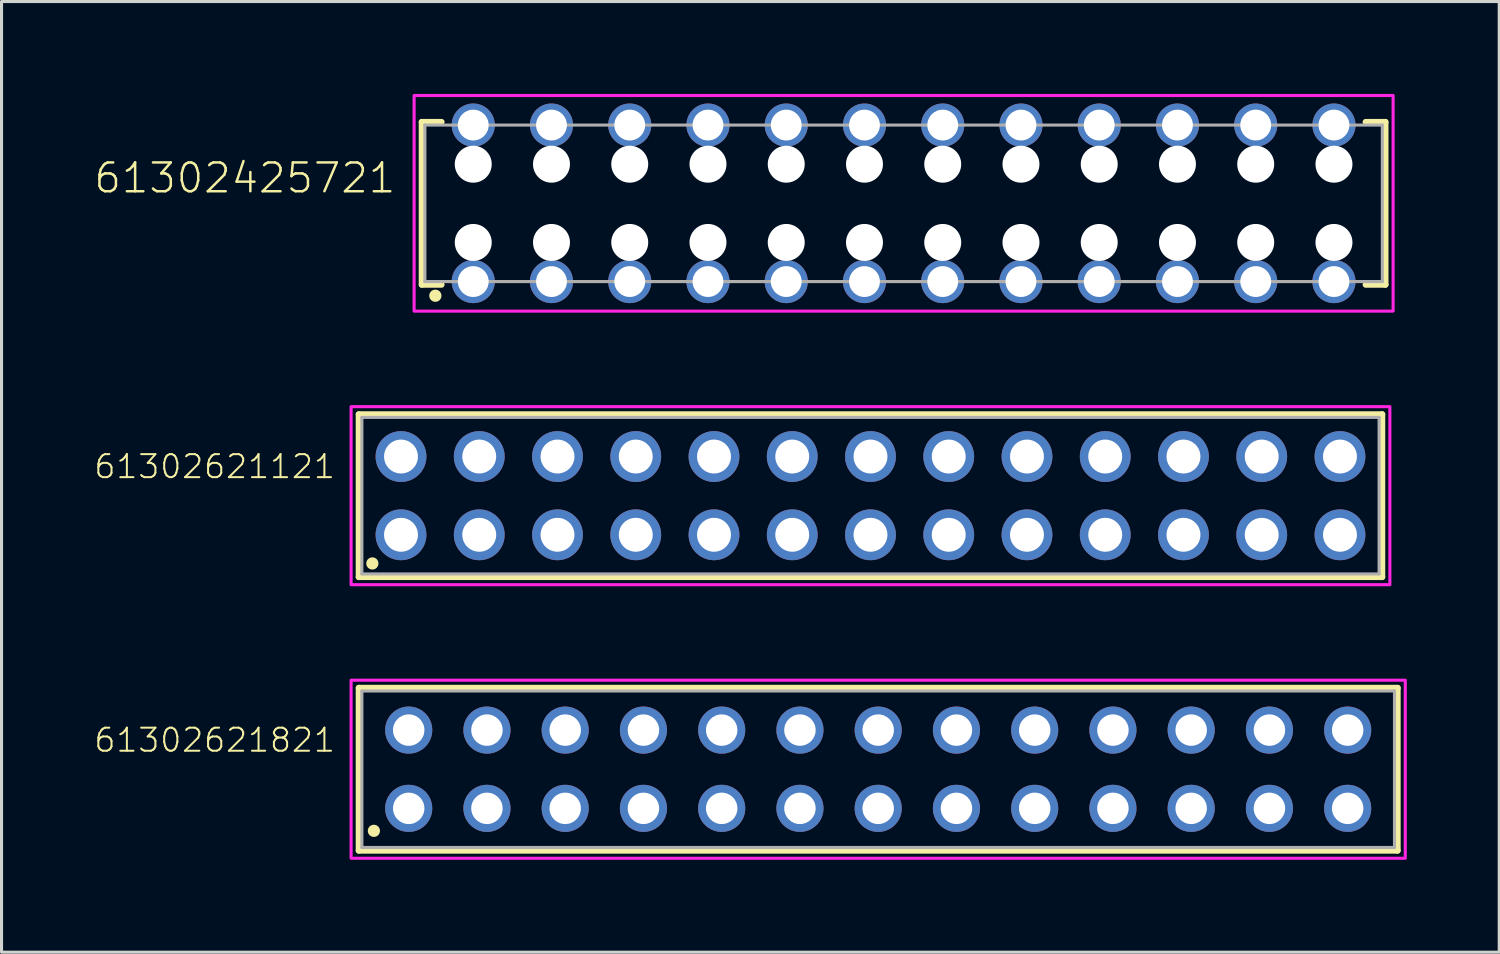
<source format=kicad_pcb>
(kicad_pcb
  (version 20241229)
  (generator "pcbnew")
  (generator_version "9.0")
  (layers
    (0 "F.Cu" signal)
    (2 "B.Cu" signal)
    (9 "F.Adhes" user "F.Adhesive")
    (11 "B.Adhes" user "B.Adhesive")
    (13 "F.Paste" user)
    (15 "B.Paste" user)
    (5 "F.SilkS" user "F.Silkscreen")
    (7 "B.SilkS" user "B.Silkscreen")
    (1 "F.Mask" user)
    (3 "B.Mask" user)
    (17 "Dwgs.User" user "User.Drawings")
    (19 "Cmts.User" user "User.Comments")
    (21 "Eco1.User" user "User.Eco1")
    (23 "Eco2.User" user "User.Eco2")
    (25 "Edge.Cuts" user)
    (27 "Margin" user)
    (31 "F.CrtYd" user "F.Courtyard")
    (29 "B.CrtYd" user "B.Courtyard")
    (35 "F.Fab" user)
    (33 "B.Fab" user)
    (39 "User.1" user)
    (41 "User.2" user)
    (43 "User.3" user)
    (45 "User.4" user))
  (footprint "61302621821"
    (layer "F.Cu")
    (at 25.457 21.92)
    (property "Reference" "61302621821" (at -17.578 -0.506 0) (unlocked yes) (layer "F.SilkS") (effects (font (size 0.748 0.748) (thickness 0.065)) (justify right bottom)))
    (fp_line (start -16.86 -2.64) (end 16.86 -2.64) (stroke (width 0.2) (type solid)) (layer "F.SilkS"))
    (fp_line (start -16.86 2.64) (end -16.86 -2.64) (stroke (width 0.2) (type solid)) (layer "F.SilkS"))
    (fp_line (start 16.86 -2.64) (end 16.86 2.64) (stroke (width 0.2) (type solid)) (layer "F.SilkS"))
    (fp_line (start 16.86 2.64) (end -16.86 2.64) (stroke (width 0.2) (type solid)) (layer "F.SilkS"))
    (fp_circle (center -16.37 2) (end -16.27 2) (stroke (width 0.2) (type solid)) (fill no) (layer "F.SilkS"))
    (fp_poly (pts (xy 17.11 2.89) (xy -17.11 2.89) (xy -17.11 -2.89) (xy 17.11 -2.89)) (stroke (width 0.1) (type default)) (fill no) (layer "F.CrtYd"))
    (fp_line (start -16.76 -2.54) (end -16.76 2.54) (stroke (width 0.1) (type solid)) (layer "F.Fab"))
    (fp_line (start -16.76 2.54) (end 16.76 2.54) (stroke (width 0.1) (type solid)) (layer "F.Fab"))
    (fp_line (start 16.76 -2.54) (end -16.76 -2.54) (stroke (width 0.1) (type solid)) (layer "F.Fab"))
    (fp_line (start 16.76 2.54) (end 16.76 -2.54) (stroke (width 0.1) (type solid)) (layer "F.Fab"))
    (pad "1" thru_hole circle (at -15.24 1.27) (size 1.53 1.53) (drill 1.02) (layers "*.Cu" "*.Mask"))
    (pad "2" thru_hole circle (at -15.24 -1.27) (size 1.53 1.53) (drill 1.02) (layers "*.Cu" "*.Mask"))
    (pad "3" thru_hole circle (at -12.7 1.27) (size 1.53 1.53) (drill 1.02) (layers "*.Cu" "*.Mask"))
    (pad "4" thru_hole circle (at -12.7 -1.27) (size 1.53 1.53) (drill 1.02) (layers "*.Cu" "*.Mask"))
    (pad "5" thru_hole circle (at -10.16 1.27) (size 1.53 1.53) (drill 1.02) (layers "*.Cu" "*.Mask"))
    (pad "6" thru_hole circle (at -10.16 -1.27) (size 1.53 1.53) (drill 1.02) (layers "*.Cu" "*.Mask"))
    (pad "7" thru_hole circle (at -7.62 1.27) (size 1.53 1.53) (drill 1.02) (layers "*.Cu" "*.Mask"))
    (pad "8" thru_hole circle (at -7.62 -1.27) (size 1.53 1.53) (drill 1.02) (layers "*.Cu" "*.Mask"))
    (pad "9" thru_hole circle (at -5.08 1.27) (size 1.53 1.53) (drill 1.02) (layers "*.Cu" "*.Mask"))
    (pad "10" thru_hole circle (at -5.08 -1.27) (size 1.53 1.53) (drill 1.02) (layers "*.Cu" "*.Mask"))
    (pad "11" thru_hole circle (at -2.54 1.27) (size 1.53 1.53) (drill 1.02) (layers "*.Cu" "*.Mask"))
    (pad "12" thru_hole circle (at -2.54 -1.27) (size 1.53 1.53) (drill 1.02) (layers "*.Cu" "*.Mask"))
    (pad "13" thru_hole circle (at 0 1.27) (size 1.53 1.53) (drill 1.02) (layers "*.Cu" "*.Mask"))
    (pad "14" thru_hole circle (at 0 -1.27) (size 1.53 1.53) (drill 1.02) (layers "*.Cu" "*.Mask"))
    (pad "15" thru_hole circle (at 2.54 1.27) (size 1.53 1.53) (drill 1.02) (layers "*.Cu" "*.Mask"))
    (pad "16" thru_hole circle (at 2.54 -1.27) (size 1.53 1.53) (drill 1.02) (layers "*.Cu" "*.Mask"))
    (pad "17" thru_hole circle (at 5.08 1.27) (size 1.53 1.53) (drill 1.02) (layers "*.Cu" "*.Mask"))
    (pad "18" thru_hole circle (at 5.08 -1.27) (size 1.53 1.53) (drill 1.02) (layers "*.Cu" "*.Mask"))
    (pad "19" thru_hole circle (at 7.62 1.27) (size 1.53 1.53) (drill 1.02) (layers "*.Cu" "*.Mask"))
    (pad "20" thru_hole circle (at 7.62 -1.27) (size 1.53 1.53) (drill 1.02) (layers "*.Cu" "*.Mask"))
    (pad "21" thru_hole circle (at 10.16 1.27) (size 1.53 1.53) (drill 1.02) (layers "*.Cu" "*.Mask"))
    (pad "22" thru_hole circle (at 10.16 -1.27) (size 1.53 1.53) (drill 1.02) (layers "*.Cu" "*.Mask"))
    (pad "23" thru_hole circle (at 12.7 1.27) (size 1.53 1.53) (drill 1.02) (layers "*.Cu" "*.Mask"))
    (pad "24" thru_hole circle (at 12.7 -1.27) (size 1.53 1.53) (drill 1.02) (layers "*.Cu" "*.Mask"))
    (pad "25" thru_hole circle (at 15.24 1.27) (size 1.53 1.53) (drill 1.02) (layers "*.Cu" "*.Mask"))
    (pad "26" thru_hole circle (at 15.24 -1.27) (size 1.53 1.53) (drill 1.02) (layers "*.Cu" "*.Mask")))
  (footprint "61302621121"
    (layer "F.Cu")
    (at 25.207 13.04)
    (property "Reference" "61302621121" (at -17.328 -0.506 0) (unlocked yes) (layer "F.SilkS") (effects (font (size 0.748 0.748) (thickness 0.065)) (justify right bottom)))
    (fp_line (start -16.61 -2.64) (end 16.61 -2.64) (stroke (width 0.2) (type solid)) (layer "F.SilkS"))
    (fp_line (start -16.61 2.64) (end -16.61 -2.64) (stroke (width 0.2) (type solid)) (layer "F.SilkS"))
    (fp_line (start 16.61 -2.64) (end 16.61 2.64) (stroke (width 0.2) (type solid)) (layer "F.SilkS"))
    (fp_line (start 16.61 2.64) (end -16.61 2.64) (stroke (width 0.2) (type solid)) (layer "F.SilkS"))
    (fp_circle (center -16.17 2.2) (end -16.07 2.2) (stroke (width 0.2) (type solid)) (fill no) (layer "F.SilkS"))
    (fp_poly (pts (xy 16.86 2.89) (xy -16.86 2.89) (xy -16.86 -2.89) (xy 16.86 -2.89)) (stroke (width 0.1) (type default)) (fill no) (layer "F.CrtYd"))
    (fp_line (start -16.51 -2.54) (end 16.51 -2.54) (stroke (width 0.1) (type solid)) (layer "F.Fab"))
    (fp_line (start -16.51 2.54) (end -16.51 -2.54) (stroke (width 0.1) (type solid)) (layer "F.Fab"))
    (fp_line (start 16.51 -2.54) (end 16.51 2.54) (stroke (width 0.1) (type solid)) (layer "F.Fab"))
    (fp_line (start 16.51 2.54) (end -16.51 2.54) (stroke (width 0.1) (type solid)) (layer "F.Fab"))
    (pad "1" thru_hole circle (at -15.24 1.27 90) (size 1.65 1.65) (drill 1.1) (layers "*.Cu" "*.Mask"))
    (pad "2" thru_hole circle (at -15.24 -1.27 270) (size 1.65 1.65) (drill 1.1) (layers "*.Cu" "*.Mask"))
    (pad "3" thru_hole circle (at -12.7 1.27 90) (size 1.65 1.65) (drill 1.1) (layers "*.Cu" "*.Mask"))
    (pad "4" thru_hole circle (at -12.7 -1.27 270) (size 1.65 1.65) (drill 1.1) (layers "*.Cu" "*.Mask"))
    (pad "5" thru_hole circle (at -10.16 1.27 90) (size 1.65 1.65) (drill 1.1) (layers "*.Cu" "*.Mask"))
    (pad "6" thru_hole circle (at -10.16 -1.27 270) (size 1.65 1.65) (drill 1.1) (layers "*.Cu" "*.Mask"))
    (pad "7" thru_hole circle (at -7.62 1.27 90) (size 1.65 1.65) (drill 1.1) (layers "*.Cu" "*.Mask"))
    (pad "8" thru_hole circle (at -7.62 -1.27 270) (size 1.65 1.65) (drill 1.1) (layers "*.Cu" "*.Mask"))
    (pad "9" thru_hole circle (at -5.08 1.27 90) (size 1.65 1.65) (drill 1.1) (layers "*.Cu" "*.Mask"))
    (pad "10" thru_hole circle (at -5.08 -1.27 270) (size 1.65 1.65) (drill 1.1) (layers "*.Cu" "*.Mask"))
    (pad "11" thru_hole circle (at -2.54 1.27 90) (size 1.65 1.65) (drill 1.1) (layers "*.Cu" "*.Mask"))
    (pad "12" thru_hole circle (at -2.54 -1.27 270) (size 1.65 1.65) (drill 1.1) (layers "*.Cu" "*.Mask"))
    (pad "13" thru_hole circle (at 0 1.27 90) (size 1.65 1.65) (drill 1.1) (layers "*.Cu" "*.Mask"))
    (pad "14" thru_hole circle (at 0 -1.27 270) (size 1.65 1.65) (drill 1.1) (layers "*.Cu" "*.Mask"))
    (pad "15" thru_hole circle (at 2.54 1.27 90) (size 1.65 1.65) (drill 1.1) (layers "*.Cu" "*.Mask"))
    (pad "16" thru_hole circle (at 2.54 -1.27 270) (size 1.65 1.65) (drill 1.1) (layers "*.Cu" "*.Mask"))
    (pad "17" thru_hole circle (at 5.08 1.27 90) (size 1.65 1.65) (drill 1.1) (layers "*.Cu" "*.Mask"))
    (pad "18" thru_hole circle (at 5.08 -1.27 270) (size 1.65 1.65) (drill 1.1) (layers "*.Cu" "*.Mask"))
    (pad "19" thru_hole circle (at 7.62 1.27 90) (size 1.65 1.65) (drill 1.1) (layers "*.Cu" "*.Mask"))
    (pad "20" thru_hole circle (at 7.62 -1.27 270) (size 1.65 1.65) (drill 1.1) (layers "*.Cu" "*.Mask"))
    (pad "21" thru_hole circle (at 10.16 1.27 90) (size 1.65 1.65) (drill 1.1) (layers "*.Cu" "*.Mask"))
    (pad "22" thru_hole circle (at 10.16 -1.27 270) (size 1.65 1.65) (drill 1.1) (layers "*.Cu" "*.Mask"))
    (pad "23" thru_hole circle (at 12.7 1.27 90) (size 1.65 1.65) (drill 1.1) (layers "*.Cu" "*.Mask"))
    (pad "24" thru_hole circle (at 12.7 -1.27 270) (size 1.65 1.65) (drill 1.1) (layers "*.Cu" "*.Mask"))
    (pad "25" thru_hole circle (at 15.24 1.27 90) (size 1.65 1.65) (drill 1.1) (layers "*.Cu" "*.Mask"))
    (pad "26" thru_hole circle (at 15.24 -1.27 270) (size 1.65 1.65) (drill 1.1) (layers "*.Cu" "*.Mask")))
  (footprint "61302425721"
    (layer "F.Cu")
    (at 26.282 3.55)
    (property "Reference" "61302425721" (at -16.433 -0.274 0) (unlocked yes) (layer "F.SilkS") (effects (font (size 0.935 0.935) (thickness 0.081)) (justify right bottom)))
    (fp_line (start -15.64 -2.64) (end -15.64 2.64) (stroke (width 0.2) (type solid)) (layer "F.SilkS"))
    (fp_line (start -15.64 2.64) (end -15 2.64) (stroke (width 0.2) (type solid)) (layer "F.SilkS"))
    (fp_line (start -15 -2.64) (end -15.64 -2.64) (stroke (width 0.2) (type solid)) (layer "F.SilkS"))
    (fp_line (start 15 2.64) (end 15.64 2.64) (stroke (width 0.2) (type solid)) (layer "F.SilkS"))
    (fp_line (start 15.64 -2.64) (end 15 -2.64) (stroke (width 0.2) (type solid)) (layer "F.SilkS"))
    (fp_line (start 15.64 2.64) (end 15.64 -2.64) (stroke (width 0.2) (type solid)) (layer "F.SilkS"))
    (fp_circle (center -15.2 3) (end -15.1 3) (stroke (width 0.2) (type solid)) (fill no) (layer "F.SilkS"))
    (fp_poly (pts (xy 15.89 3.5) (xy -15.89 3.5) (xy -15.89 -3.5) (xy 15.89 -3.5)) (stroke (width 0.1) (type default)) (fill no) (layer "F.CrtYd"))
    (fp_line (start -15.54 -2.54) (end 15.54 -2.54) (stroke (width 0.1) (type solid)) (layer "F.Fab"))
    (fp_line (start -15.54 2.54) (end -15.54 -2.54) (stroke (width 0.1) (type solid)) (layer "F.Fab"))
    (fp_line (start 15.54 -2.54) (end 15.54 2.54) (stroke (width 0.1) (type solid)) (layer "F.Fab"))
    (fp_line (start 15.54 2.54) (end -15.54 2.54) (stroke (width 0.1) (type solid)) (layer "F.Fab"))
    (pad "" np_thru_hole circle (at -13.97 -1.27) (size 1.2 1.2) (drill 1.2) (layers "*.Cu" "*.Mask"))
    (pad "" np_thru_hole circle (at -13.97 1.27) (size 1.2 1.2) (drill 1.2) (layers "*.Cu" "*.Mask"))
    (pad "" np_thru_hole circle (at -11.43 -1.27) (size 1.2 1.2) (drill 1.2) (layers "*.Cu" "*.Mask"))
    (pad "" np_thru_hole circle (at -11.43 1.27) (size 1.2 1.2) (drill 1.2) (layers "*.Cu" "*.Mask"))
    (pad "" np_thru_hole circle (at -8.89 -1.27) (size 1.2 1.2) (drill 1.2) (layers "*.Cu" "*.Mask"))
    (pad "" np_thru_hole circle (at -8.89 1.27) (size 1.2 1.2) (drill 1.2) (layers "*.Cu" "*.Mask"))
    (pad "" np_thru_hole circle (at -6.35 -1.27) (size 1.2 1.2) (drill 1.2) (layers "*.Cu" "*.Mask"))
    (pad "" np_thru_hole circle (at -6.35 1.27) (size 1.2 1.2) (drill 1.2) (layers "*.Cu" "*.Mask"))
    (pad "" np_thru_hole circle (at -3.81 -1.27) (size 1.2 1.2) (drill 1.2) (layers "*.Cu" "*.Mask"))
    (pad "" np_thru_hole circle (at -3.81 1.27) (size 1.2 1.2) (drill 1.2) (layers "*.Cu" "*.Mask"))
    (pad "" np_thru_hole circle (at -1.27 -1.27) (size 1.2 1.2) (drill 1.2) (layers "*.Cu" "*.Mask"))
    (pad "" np_thru_hole circle (at -1.27 1.27) (size 1.2 1.2) (drill 1.2) (layers "*.Cu" "*.Mask"))
    (pad "" np_thru_hole circle (at 1.27 -1.27) (size 1.2 1.2) (drill 1.2) (layers "*.Cu" "*.Mask"))
    (pad "" np_thru_hole circle (at 1.27 1.27) (size 1.2 1.2) (drill 1.2) (layers "*.Cu" "*.Mask"))
    (pad "" np_thru_hole circle (at 3.81 -1.27) (size 1.2 1.2) (drill 1.2) (layers "*.Cu" "*.Mask"))
    (pad "" np_thru_hole circle (at 3.81 1.27) (size 1.2 1.2) (drill 1.2) (layers "*.Cu" "*.Mask"))
    (pad "" np_thru_hole circle (at 6.35 -1.27) (size 1.2 1.2) (drill 1.2) (layers "*.Cu" "*.Mask"))
    (pad "" np_thru_hole circle (at 6.35 1.27) (size 1.2 1.2) (drill 1.2) (layers "*.Cu" "*.Mask"))
    (pad "" np_thru_hole circle (at 8.89 -1.27) (size 1.2 1.2) (drill 1.2) (layers "*.Cu" "*.Mask"))
    (pad "" np_thru_hole circle (at 8.89 1.27) (size 1.2 1.2) (drill 1.2) (layers "*.Cu" "*.Mask"))
    (pad "" np_thru_hole circle (at 11.43 -1.27) (size 1.2 1.2) (drill 1.2) (layers "*.Cu" "*.Mask"))
    (pad "" np_thru_hole circle (at 11.43 1.27) (size 1.2 1.2) (drill 1.2) (layers "*.Cu" "*.Mask"))
    (pad "" np_thru_hole circle (at 13.97 -1.27) (size 1.2 1.2) (drill 1.2) (layers "*.Cu" "*.Mask"))
    (pad "" np_thru_hole circle (at 13.97 1.27) (size 1.2 1.2) (drill 1.2) (layers "*.Cu" "*.Mask"))
    (pad "1" thru_hole circle (at -13.97 2.54) (size 1.4 1.4) (drill 1) (layers "*.Cu" "*.Mask"))
    (pad "2" thru_hole circle (at -13.97 -2.54) (size 1.4 1.4) (drill 1) (layers "*.Cu" "*.Mask"))
    (pad "3" thru_hole circle (at -11.43 2.54) (size 1.4 1.4) (drill 1) (layers "*.Cu" "*.Mask"))
    (pad "4" thru_hole circle (at -11.43 -2.54) (size 1.4 1.4) (drill 1) (layers "*.Cu" "*.Mask"))
    (pad "5" thru_hole circle (at -8.89 2.54) (size 1.4 1.4) (drill 1) (layers "*.Cu" "*.Mask"))
    (pad "6" thru_hole circle (at -8.89 -2.54) (size 1.4 1.4) (drill 1) (layers "*.Cu" "*.Mask"))
    (pad "7" thru_hole circle (at -6.35 2.54) (size 1.4 1.4) (drill 1) (layers "*.Cu" "*.Mask"))
    (pad "8" thru_hole circle (at -6.35 -2.54) (size 1.4 1.4) (drill 1) (layers "*.Cu" "*.Mask"))
    (pad "9" thru_hole circle (at -3.81 2.54) (size 1.4 1.4) (drill 1) (layers "*.Cu" "*.Mask"))
    (pad "10" thru_hole circle (at -3.81 -2.54) (size 1.4 1.4) (drill 1) (layers "*.Cu" "*.Mask"))
    (pad "11" thru_hole circle (at -1.27 2.54) (size 1.4 1.4) (drill 1) (layers "*.Cu" "*.Mask"))
    (pad "12" thru_hole circle (at -1.27 -2.54) (size 1.4 1.4) (drill 1) (layers "*.Cu" "*.Mask"))
    (pad "13" thru_hole circle (at 1.27 2.54) (size 1.4 1.4) (drill 1) (layers "*.Cu" "*.Mask"))
    (pad "14" thru_hole circle (at 1.27 -2.54) (size 1.4 1.4) (drill 1) (layers "*.Cu" "*.Mask"))
    (pad "15" thru_hole circle (at 3.81 2.54) (size 1.4 1.4) (drill 1) (layers "*.Cu" "*.Mask"))
    (pad "16" thru_hole circle (at 3.81 -2.54) (size 1.4 1.4) (drill 1) (layers "*.Cu" "*.Mask"))
    (pad "17" thru_hole circle (at 6.35 2.54) (size 1.4 1.4) (drill 1) (layers "*.Cu" "*.Mask"))
    (pad "18" thru_hole circle (at 6.35 -2.54) (size 1.4 1.4) (drill 1) (layers "*.Cu" "*.Mask"))
    (pad "19" thru_hole circle (at 8.89 2.54) (size 1.4 1.4) (drill 1) (layers "*.Cu" "*.Mask"))
    (pad "20" thru_hole circle (at 8.89 -2.54) (size 1.4 1.4) (drill 1) (layers "*.Cu" "*.Mask"))
    (pad "21" thru_hole circle (at 11.43 2.54) (size 1.4 1.4) (drill 1) (layers "*.Cu" "*.Mask"))
    (pad "22" thru_hole circle (at 11.43 -2.54) (size 1.4 1.4) (drill 1) (layers "*.Cu" "*.Mask"))
    (pad "23" thru_hole circle (at 13.97 2.54) (size 1.4 1.4) (drill 1) (layers "*.Cu" "*.Mask"))
    (pad "24" thru_hole circle (at 13.97 -2.54) (size 1.4 1.4) (drill 1) (layers "*.Cu" "*.Mask")))
  (gr_rect
    (start -3 -3)
    (end 45.617 27.86)
    (stroke (width 0.1) (type default))
    (fill no)
    (layer "Edge.Cuts")))
</source>
